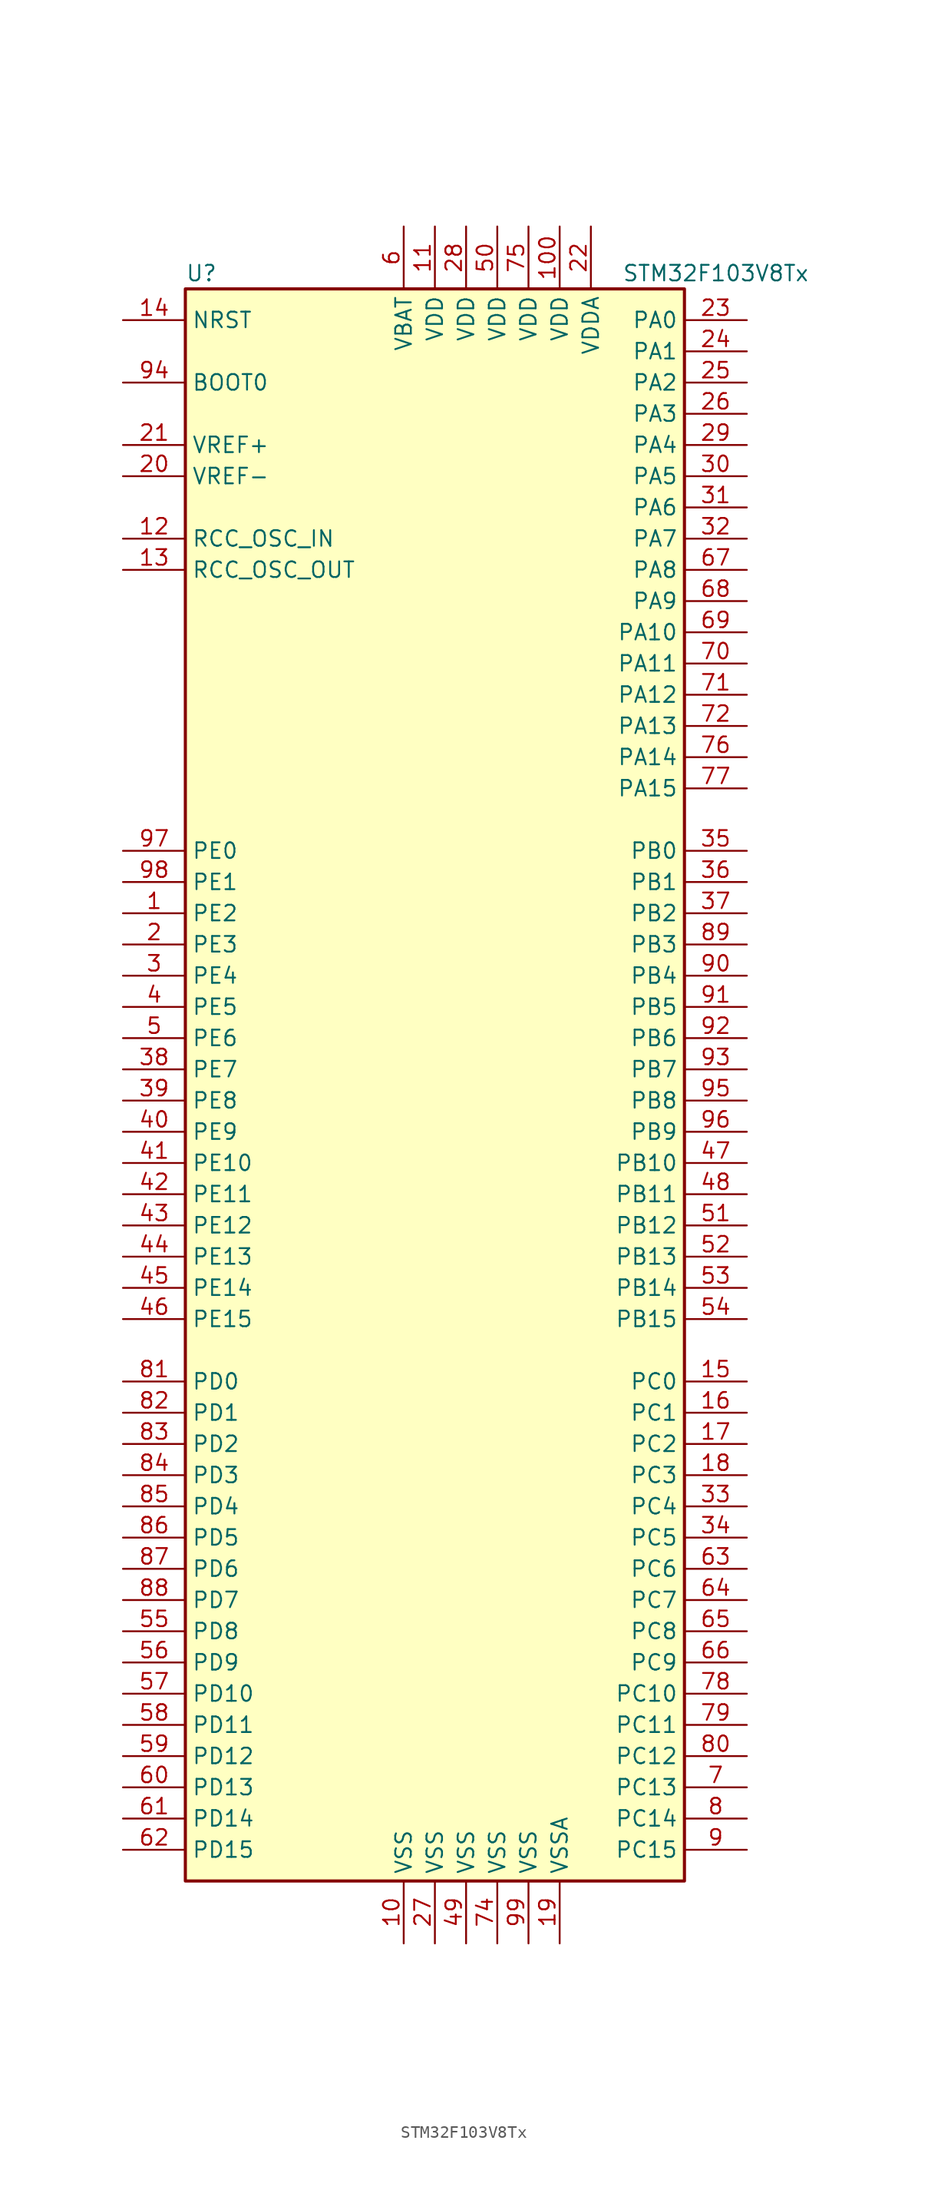
<source format=kicad_sym>
(kicad_symbol_lib
  (version 20201005)
  (generator kicad_symbol_editor)
  (symbol "MCU_ST_STM32F1:STM32F103V8Tx"
    (property "Reference" "U"
      (at -20.32 64.77 0)
      (effects (font (size 1.27 1.27)) (justify left)))
    (property "Value" "STM32F103V8Tx"
      (at 15.24 64.77 0)
      (effects (font (size 1.27 1.27)) (justify left)))
    (symbol "STM32F103V8Tx_0_1"
      (rectangle (start -20.32 -66.04) (end 20.32 63.5) (stroke (width 0.254)) (fill (type background))))
    (symbol "STM32F103V8Tx_1_1"
      (pin input line (at -25.4 55.88 0) (length 5.08) (name "BOOT0" (effects (font (size 1.27 1.27)))) (number "94" (effects (font (size 1.27 1.27)))))
      (pin no_connect line (at -20.32 -63.5 0) (length 5.08) hide (name "NC" (effects (font (size 1.27 1.27)))) (number "73" (effects (font (size 1.27 1.27)))))
      (pin input line (at -25.4 60.96 0) (length 5.08) (name "NRST" (effects (font (size 1.27 1.27)))) (number "14" (effects (font (size 1.27 1.27)))))
      (pin bidirectional line (at 25.4 60.96 180) (length 5.08) (name "PA0" (effects (font (size 1.27 1.27)))) (number "23" (effects (font (size 1.27 1.27)))))
      (pin bidirectional line (at 25.4 58.42 180) (length 5.08) (name "PA1" (effects (font (size 1.27 1.27)))) (number "24" (effects (font (size 1.27 1.27)))))
      (pin bidirectional line (at 25.4 35.56 180) (length 5.08) (name "PA10" (effects (font (size 1.27 1.27)))) (number "69" (effects (font (size 1.27 1.27)))))
      (pin bidirectional line (at 25.4 33.02 180) (length 5.08) (name "PA11" (effects (font (size 1.27 1.27)))) (number "70" (effects (font (size 1.27 1.27)))))
      (pin bidirectional line (at 25.4 30.48 180) (length 5.08) (name "PA12" (effects (font (size 1.27 1.27)))) (number "71" (effects (font (size 1.27 1.27)))))
      (pin bidirectional line (at 25.4 27.94 180) (length 5.08) (name "PA13" (effects (font (size 1.27 1.27)))) (number "72" (effects (font (size 1.27 1.27)))))
      (pin bidirectional line (at 25.4 25.4 180) (length 5.08) (name "PA14" (effects (font (size 1.27 1.27)))) (number "76" (effects (font (size 1.27 1.27)))))
      (pin bidirectional line (at 25.4 22.86 180) (length 5.08) (name "PA15" (effects (font (size 1.27 1.27)))) (number "77" (effects (font (size 1.27 1.27)))))
      (pin bidirectional line (at 25.4 55.88 180) (length 5.08) (name "PA2" (effects (font (size 1.27 1.27)))) (number "25" (effects (font (size 1.27 1.27)))))
      (pin bidirectional line (at 25.4 53.34 180) (length 5.08) (name "PA3" (effects (font (size 1.27 1.27)))) (number "26" (effects (font (size 1.27 1.27)))))
      (pin bidirectional line (at 25.4 50.8 180) (length 5.08) (name "PA4" (effects (font (size 1.27 1.27)))) (number "29" (effects (font (size 1.27 1.27)))))
      (pin bidirectional line (at 25.4 48.26 180) (length 5.08) (name "PA5" (effects (font (size 1.27 1.27)))) (number "30" (effects (font (size 1.27 1.27)))))
      (pin bidirectional line (at 25.4 45.72 180) (length 5.08) (name "PA6" (effects (font (size 1.27 1.27)))) (number "31" (effects (font (size 1.27 1.27)))))
      (pin bidirectional line (at 25.4 43.18 180) (length 5.08) (name "PA7" (effects (font (size 1.27 1.27)))) (number "32" (effects (font (size 1.27 1.27)))))
      (pin bidirectional line (at 25.4 40.64 180) (length 5.08) (name "PA8" (effects (font (size 1.27 1.27)))) (number "67" (effects (font (size 1.27 1.27)))))
      (pin bidirectional line (at 25.4 38.1 180) (length 5.08) (name "PA9" (effects (font (size 1.27 1.27)))) (number "68" (effects (font (size 1.27 1.27)))))
      (pin bidirectional line (at 25.4 17.78 180) (length 5.08) (name "PB0" (effects (font (size 1.27 1.27)))) (number "35" (effects (font (size 1.27 1.27)))))
      (pin bidirectional line (at 25.4 15.24 180) (length 5.08) (name "PB1" (effects (font (size 1.27 1.27)))) (number "36" (effects (font (size 1.27 1.27)))))
      (pin bidirectional line (at 25.4 -7.62 180) (length 5.08) (name "PB10" (effects (font (size 1.27 1.27)))) (number "47" (effects (font (size 1.27 1.27)))))
      (pin bidirectional line (at 25.4 -10.16 180) (length 5.08) (name "PB11" (effects (font (size 1.27 1.27)))) (number "48" (effects (font (size 1.27 1.27)))))
      (pin bidirectional line (at 25.4 -12.7 180) (length 5.08) (name "PB12" (effects (font (size 1.27 1.27)))) (number "51" (effects (font (size 1.27 1.27)))))
      (pin bidirectional line (at 25.4 -15.24 180) (length 5.08) (name "PB13" (effects (font (size 1.27 1.27)))) (number "52" (effects (font (size 1.27 1.27)))))
      (pin bidirectional line (at 25.4 -17.78 180) (length 5.08) (name "PB14" (effects (font (size 1.27 1.27)))) (number "53" (effects (font (size 1.27 1.27)))))
      (pin bidirectional line (at 25.4 -20.32 180) (length 5.08) (name "PB15" (effects (font (size 1.27 1.27)))) (number "54" (effects (font (size 1.27 1.27)))))
      (pin bidirectional line (at 25.4 12.7 180) (length 5.08) (name "PB2" (effects (font (size 1.27 1.27)))) (number "37" (effects (font (size 1.27 1.27)))))
      (pin bidirectional line (at 25.4 10.16 180) (length 5.08) (name "PB3" (effects (font (size 1.27 1.27)))) (number "89" (effects (font (size 1.27 1.27)))))
      (pin bidirectional line (at 25.4 7.62 180) (length 5.08) (name "PB4" (effects (font (size 1.27 1.27)))) (number "90" (effects (font (size 1.27 1.27)))))
      (pin bidirectional line (at 25.4 5.08 180) (length 5.08) (name "PB5" (effects (font (size 1.27 1.27)))) (number "91" (effects (font (size 1.27 1.27)))))
      (pin bidirectional line (at 25.4 2.54 180) (length 5.08) (name "PB6" (effects (font (size 1.27 1.27)))) (number "92" (effects (font (size 1.27 1.27)))))
      (pin bidirectional line (at 25.4 0 180) (length 5.08) (name "PB7" (effects (font (size 1.27 1.27)))) (number "93" (effects (font (size 1.27 1.27)))))
      (pin bidirectional line (at 25.4 -2.54 180) (length 5.08) (name "PB8" (effects (font (size 1.27 1.27)))) (number "95" (effects (font (size 1.27 1.27)))))
      (pin bidirectional line (at 25.4 -5.08 180) (length 5.08) (name "PB9" (effects (font (size 1.27 1.27)))) (number "96" (effects (font (size 1.27 1.27)))))
      (pin bidirectional line (at 25.4 -25.4 180) (length 5.08) (name "PC0" (effects (font (size 1.27 1.27)))) (number "15" (effects (font (size 1.27 1.27)))))
      (pin bidirectional line (at 25.4 -27.94 180) (length 5.08) (name "PC1" (effects (font (size 1.27 1.27)))) (number "16" (effects (font (size 1.27 1.27)))))
      (pin bidirectional line (at 25.4 -50.8 180) (length 5.08) (name "PC10" (effects (font (size 1.27 1.27)))) (number "78" (effects (font (size 1.27 1.27)))))
      (pin bidirectional line (at 25.4 -53.34 180) (length 5.08) (name "PC11" (effects (font (size 1.27 1.27)))) (number "79" (effects (font (size 1.27 1.27)))))
      (pin bidirectional line (at 25.4 -55.88 180) (length 5.08) (name "PC12" (effects (font (size 1.27 1.27)))) (number "80" (effects (font (size 1.27 1.27)))))
      (pin bidirectional line (at 25.4 -58.42 180) (length 5.08) (name "PC13" (effects (font (size 1.27 1.27)))) (number "7" (effects (font (size 1.27 1.27)))))
      (pin bidirectional line (at 25.4 -60.96 180) (length 5.08) (name "PC14" (effects (font (size 1.27 1.27)))) (number "8" (effects (font (size 1.27 1.27)))))
      (pin bidirectional line (at 25.4 -63.5 180) (length 5.08) (name "PC15" (effects (font (size 1.27 1.27)))) (number "9" (effects (font (size 1.27 1.27)))))
      (pin bidirectional line (at 25.4 -30.48 180) (length 5.08) (name "PC2" (effects (font (size 1.27 1.27)))) (number "17" (effects (font (size 1.27 1.27)))))
      (pin bidirectional line (at 25.4 -33.02 180) (length 5.08) (name "PC3" (effects (font (size 1.27 1.27)))) (number "18" (effects (font (size 1.27 1.27)))))
      (pin bidirectional line (at 25.4 -35.56 180) (length 5.08) (name "PC4" (effects (font (size 1.27 1.27)))) (number "33" (effects (font (size 1.27 1.27)))))
      (pin bidirectional line (at 25.4 -38.1 180) (length 5.08) (name "PC5" (effects (font (size 1.27 1.27)))) (number "34" (effects (font (size 1.27 1.27)))))
      (pin bidirectional line (at 25.4 -40.64 180) (length 5.08) (name "PC6" (effects (font (size 1.27 1.27)))) (number "63" (effects (font (size 1.27 1.27)))))
      (pin bidirectional line (at 25.4 -43.18 180) (length 5.08) (name "PC7" (effects (font (size 1.27 1.27)))) (number "64" (effects (font (size 1.27 1.27)))))
      (pin bidirectional line (at 25.4 -45.72 180) (length 5.08) (name "PC8" (effects (font (size 1.27 1.27)))) (number "65" (effects (font (size 1.27 1.27)))))
      (pin bidirectional line (at 25.4 -48.26 180) (length 5.08) (name "PC9" (effects (font (size 1.27 1.27)))) (number "66" (effects (font (size 1.27 1.27)))))
      (pin bidirectional line (at -25.4 -25.4 0) (length 5.08) (name "PD0" (effects (font (size 1.27 1.27)))) (number "81" (effects (font (size 1.27 1.27)))))
      (pin bidirectional line (at -25.4 -27.94 0) (length 5.08) (name "PD1" (effects (font (size 1.27 1.27)))) (number "82" (effects (font (size 1.27 1.27)))))
      (pin bidirectional line (at -25.4 -50.8 0) (length 5.08) (name "PD10" (effects (font (size 1.27 1.27)))) (number "57" (effects (font (size 1.27 1.27)))))
      (pin bidirectional line (at -25.4 -53.34 0) (length 5.08) (name "PD11" (effects (font (size 1.27 1.27)))) (number "58" (effects (font (size 1.27 1.27)))))
      (pin bidirectional line (at -25.4 -55.88 0) (length 5.08) (name "PD12" (effects (font (size 1.27 1.27)))) (number "59" (effects (font (size 1.27 1.27)))))
      (pin bidirectional line (at -25.4 -58.42 0) (length 5.08) (name "PD13" (effects (font (size 1.27 1.27)))) (number "60" (effects (font (size 1.27 1.27)))))
      (pin bidirectional line (at -25.4 -60.96 0) (length 5.08) (name "PD14" (effects (font (size 1.27 1.27)))) (number "61" (effects (font (size 1.27 1.27)))))
      (pin bidirectional line (at -25.4 -63.5 0) (length 5.08) (name "PD15" (effects (font (size 1.27 1.27)))) (number "62" (effects (font (size 1.27 1.27)))))
      (pin bidirectional line (at -25.4 -30.48 0) (length 5.08) (name "PD2" (effects (font (size 1.27 1.27)))) (number "83" (effects (font (size 1.27 1.27)))))
      (pin bidirectional line (at -25.4 -33.02 0) (length 5.08) (name "PD3" (effects (font (size 1.27 1.27)))) (number "84" (effects (font (size 1.27 1.27)))))
      (pin bidirectional line (at -25.4 -35.56 0) (length 5.08) (name "PD4" (effects (font (size 1.27 1.27)))) (number "85" (effects (font (size 1.27 1.27)))))
      (pin bidirectional line (at -25.4 -38.1 0) (length 5.08) (name "PD5" (effects (font (size 1.27 1.27)))) (number "86" (effects (font (size 1.27 1.27)))))
      (pin bidirectional line (at -25.4 -40.64 0) (length 5.08) (name "PD6" (effects (font (size 1.27 1.27)))) (number "87" (effects (font (size 1.27 1.27)))))
      (pin bidirectional line (at -25.4 -43.18 0) (length 5.08) (name "PD7" (effects (font (size 1.27 1.27)))) (number "88" (effects (font (size 1.27 1.27)))))
      (pin bidirectional line (at -25.4 -45.72 0) (length 5.08) (name "PD8" (effects (font (size 1.27 1.27)))) (number "55" (effects (font (size 1.27 1.27)))))
      (pin bidirectional line (at -25.4 -48.26 0) (length 5.08) (name "PD9" (effects (font (size 1.27 1.27)))) (number "56" (effects (font (size 1.27 1.27)))))
      (pin bidirectional line (at -25.4 17.78 0) (length 5.08) (name "PE0" (effects (font (size 1.27 1.27)))) (number "97" (effects (font (size 1.27 1.27)))))
      (pin bidirectional line (at -25.4 15.24 0) (length 5.08) (name "PE1" (effects (font (size 1.27 1.27)))) (number "98" (effects (font (size 1.27 1.27)))))
      (pin bidirectional line (at -25.4 -7.62 0) (length 5.08) (name "PE10" (effects (font (size 1.27 1.27)))) (number "41" (effects (font (size 1.27 1.27)))))
      (pin bidirectional line (at -25.4 -10.16 0) (length 5.08) (name "PE11" (effects (font (size 1.27 1.27)))) (number "42" (effects (font (size 1.27 1.27)))))
      (pin bidirectional line (at -25.4 -12.7 0) (length 5.08) (name "PE12" (effects (font (size 1.27 1.27)))) (number "43" (effects (font (size 1.27 1.27)))))
      (pin bidirectional line (at -25.4 -15.24 0) (length 5.08) (name "PE13" (effects (font (size 1.27 1.27)))) (number "44" (effects (font (size 1.27 1.27)))))
      (pin bidirectional line (at -25.4 -17.78 0) (length 5.08) (name "PE14" (effects (font (size 1.27 1.27)))) (number "45" (effects (font (size 1.27 1.27)))))
      (pin bidirectional line (at -25.4 -20.32 0) (length 5.08) (name "PE15" (effects (font (size 1.27 1.27)))) (number "46" (effects (font (size 1.27 1.27)))))
      (pin bidirectional line (at -25.4 12.7 0) (length 5.08) (name "PE2" (effects (font (size 1.27 1.27)))) (number "1" (effects (font (size 1.27 1.27)))))
      (pin bidirectional line (at -25.4 10.16 0) (length 5.08) (name "PE3" (effects (font (size 1.27 1.27)))) (number "2" (effects (font (size 1.27 1.27)))))
      (pin bidirectional line (at -25.4 7.62 0) (length 5.08) (name "PE4" (effects (font (size 1.27 1.27)))) (number "3" (effects (font (size 1.27 1.27)))))
      (pin bidirectional line (at -25.4 5.08 0) (length 5.08) (name "PE5" (effects (font (size 1.27 1.27)))) (number "4" (effects (font (size 1.27 1.27)))))
      (pin bidirectional line (at -25.4 2.54 0) (length 5.08) (name "PE6" (effects (font (size 1.27 1.27)))) (number "5" (effects (font (size 1.27 1.27)))))
      (pin bidirectional line (at -25.4 0 0) (length 5.08) (name "PE7" (effects (font (size 1.27 1.27)))) (number "38" (effects (font (size 1.27 1.27)))))
      (pin bidirectional line (at -25.4 -2.54 0) (length 5.08) (name "PE8" (effects (font (size 1.27 1.27)))) (number "39" (effects (font (size 1.27 1.27)))))
      (pin bidirectional line (at -25.4 -5.08 0) (length 5.08) (name "PE9" (effects (font (size 1.27 1.27)))) (number "40" (effects (font (size 1.27 1.27)))))
      (pin input line (at -25.4 43.18 0) (length 5.08) (name "RCC_OSC_IN" (effects (font (size 1.27 1.27)))) (number "12" (effects (font (size 1.27 1.27)))))
      (pin input line (at -25.4 40.64 0) (length 5.08) (name "RCC_OSC_OUT" (effects (font (size 1.27 1.27)))) (number "13" (effects (font (size 1.27 1.27)))))
      (pin power_in line (at -2.54 68.58 270) (length 5.08) (name "VBAT" (effects (font (size 1.27 1.27)))) (number "6" (effects (font (size 1.27 1.27)))))
      (pin power_in line (at 10.16 68.58 270) (length 5.08) (name "VDD" (effects (font (size 1.27 1.27)))) (number "100" (effects (font (size 1.27 1.27)))))
      (pin power_in line (at 0 68.58 270) (length 5.08) (name "VDD" (effects (font (size 1.27 1.27)))) (number "11" (effects (font (size 1.27 1.27)))))
      (pin power_in line (at 2.54 68.58 270) (length 5.08) (name "VDD" (effects (font (size 1.27 1.27)))) (number "28" (effects (font (size 1.27 1.27)))))
      (pin power_in line (at 5.08 68.58 270) (length 5.08) (name "VDD" (effects (font (size 1.27 1.27)))) (number "50" (effects (font (size 1.27 1.27)))))
      (pin power_in line (at 7.62 68.58 270) (length 5.08) (name "VDD" (effects (font (size 1.27 1.27)))) (number "75" (effects (font (size 1.27 1.27)))))
      (pin power_in line (at 12.7 68.58 270) (length 5.08) (name "VDDA" (effects (font (size 1.27 1.27)))) (number "22" (effects (font (size 1.27 1.27)))))
      (pin power_in line (at -25.4 50.8 0) (length 5.08) (name "VREF+" (effects (font (size 1.27 1.27)))) (number "21" (effects (font (size 1.27 1.27)))))
      (pin power_in line (at -25.4 48.26 0) (length 5.08) (name "VREF-" (effects (font (size 1.27 1.27)))) (number "20" (effects (font (size 1.27 1.27)))))
      (pin power_in line (at -2.54 -71.12 90) (length 5.08) (name "VSS" (effects (font (size 1.27 1.27)))) (number "10" (effects (font (size 1.27 1.27)))))
      (pin power_in line (at 0 -71.12 90) (length 5.08) (name "VSS" (effects (font (size 1.27 1.27)))) (number "27" (effects (font (size 1.27 1.27)))))
      (pin power_in line (at 2.54 -71.12 90) (length 5.08) (name "VSS" (effects (font (size 1.27 1.27)))) (number "49" (effects (font (size 1.27 1.27)))))
      (pin power_in line (at 5.08 -71.12 90) (length 5.08) (name "VSS" (effects (font (size 1.27 1.27)))) (number "74" (effects (font (size 1.27 1.27)))))
      (pin power_in line (at 7.62 -71.12 90) (length 5.08) (name "VSS" (effects (font (size 1.27 1.27)))) (number "99" (effects (font (size 1.27 1.27)))))
      (pin power_in line (at 10.16 -71.12 90) (length 5.08) (name "VSSA" (effects (font (size 1.27 1.27)))) (number "19" (effects (font (size 1.27 1.27))))))))
</source>
